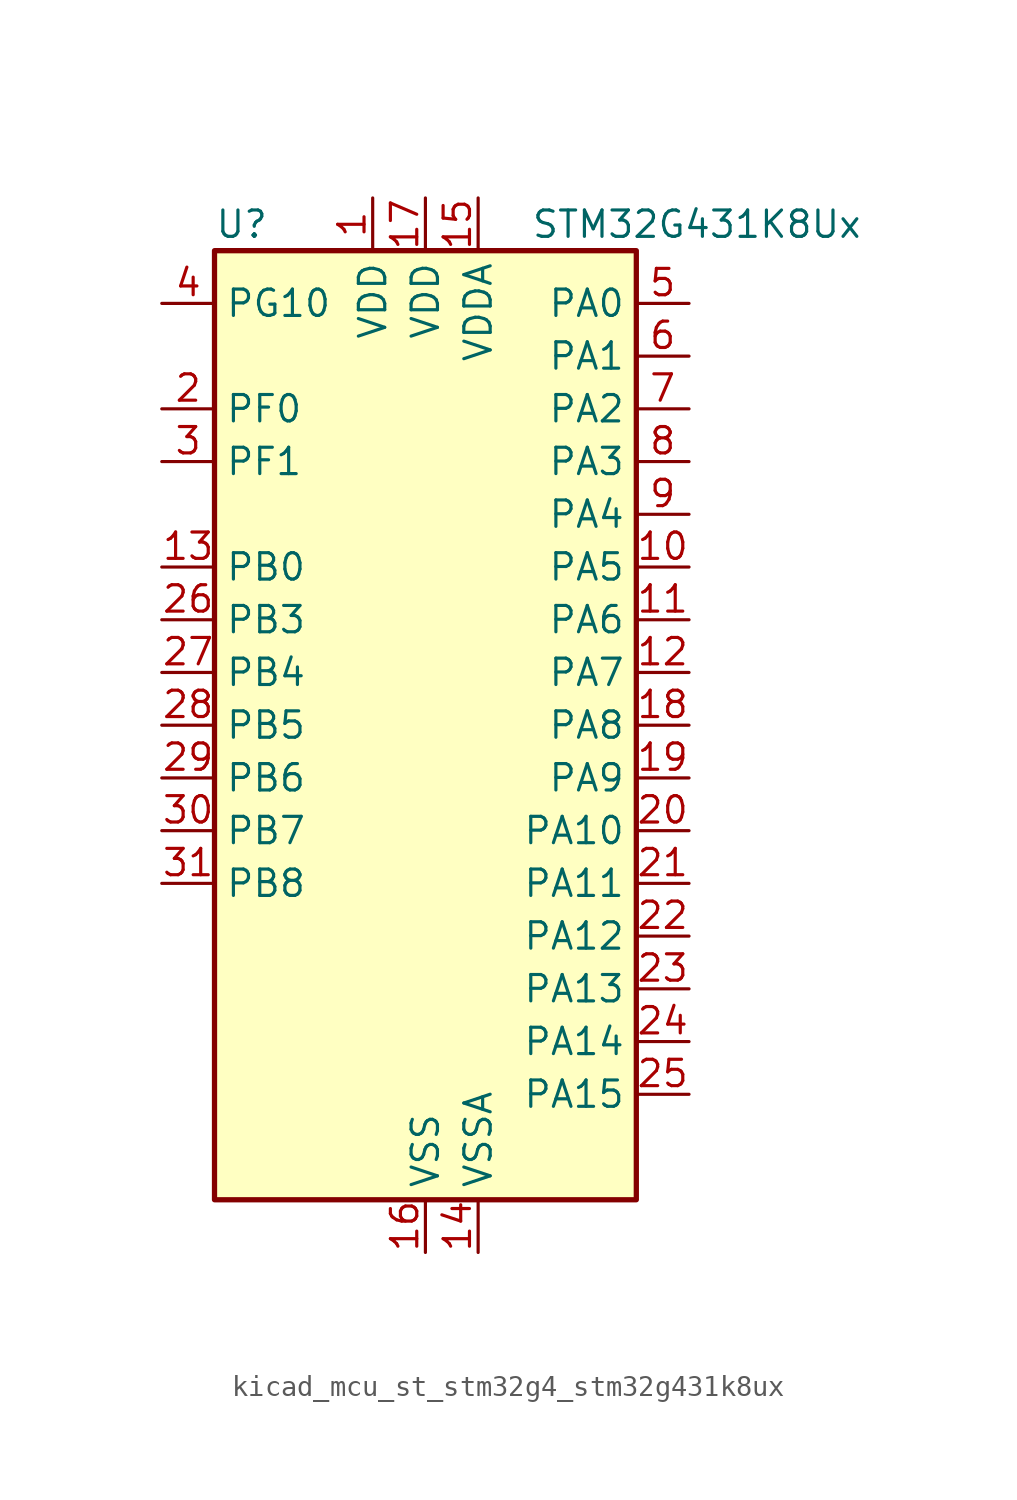
<source format=kicad_sym>
(kicad_symbol_lib
  (version 20220914)
  (generator kicad_symbol_editor)
  (symbol "kicad_mcu_st_stm32g4_stm32g431k8ux"
    (property "Reference" "U"
      (at -10.16 24.13 0)
      (effects (font (size 1.27 1.27)) (justify left)))
    (property "Value" "STM32G431K8Ux"
      (at 5.08 24.13 0)
      (effects (font (size 1.27 1.27)) (justify left)))
    (property "ki_locked" ""
      (at 0 0 0)
      (effects (font (size 1.27 1.27))))
    (symbol "kicad_mcu_st_stm32g4_stm32g431k8ux_0_1"
      (rectangle (start -10.16 -22.86) (end 10.16 22.86) (stroke (width 0.254) (type default)) (fill (type background))))
    (symbol "kicad_mcu_st_stm32g4_stm32g431k8ux_1_1"
      (pin power_in line (at -2.54 25.4 270) (length 2.54) (name "VDD" (effects (font (size 1.27 1.27)))) (number "1" (effects (font (size 1.27 1.27)))))
      (pin bidirectional line (at 12.7 7.62 180) (length 2.54) (name "PA5" (effects (font (size 1.27 1.27)))) (number "10" (effects (font (size 1.27 1.27)))) (alternate "ADC2_IN13" bidirectional line) (alternate "COMP2_INM" bidirectional line) (alternate "DAC1_OUT2" bidirectional line) (alternate "OPAMP2_VINM" bidirectional line) (alternate "OPAMP2_VINM0" bidirectional line) (alternate "OPAMP2_VINM_SEC" bidirectional line) (alternate "SPI1_SCK" bidirectional line) (alternate "TIM2_CH1" bidirectional line) (alternate "TIM2_ETR" bidirectional line) (alternate "UCPD1_FRSTX1" bidirectional line) (alternate "UCPD1_FRSTX2" bidirectional line))
      (pin bidirectional line (at 12.7 5.08 180) (length 2.54) (name "PA6" (effects (font (size 1.27 1.27)))) (number "11" (effects (font (size 1.27 1.27)))) (alternate "ADC2_IN3" bidirectional line) (alternate "COMP1_OUT" bidirectional line) (alternate "LPUART1_CTS" bidirectional line) (alternate "OPAMP2_VOUT" bidirectional line) (alternate "SPI1_MISO" bidirectional line) (alternate "TIM16_CH1" bidirectional line) (alternate "TIM1_BKIN" bidirectional line) (alternate "TIM3_CH1" bidirectional line) (alternate "TIM8_BKIN" bidirectional line))
      (pin bidirectional line (at 12.7 2.54 180) (length 2.54) (name "PA7" (effects (font (size 1.27 1.27)))) (number "12" (effects (font (size 1.27 1.27)))) (alternate "ADC2_IN4" bidirectional line) (alternate "COMP2_INP" bidirectional line) (alternate "COMP2_OUT" bidirectional line) (alternate "OPAMP1_VINP" bidirectional line) (alternate "OPAMP1_VINP_SEC" bidirectional line) (alternate "OPAMP2_VINP" bidirectional line) (alternate "OPAMP2_VINP_SEC" bidirectional line) (alternate "SPI1_MOSI" bidirectional line) (alternate "TIM17_CH1" bidirectional line) (alternate "TIM1_CH1N" bidirectional line) (alternate "TIM3_CH2" bidirectional line) (alternate "TIM8_CH1N" bidirectional line) (alternate "UCPD1_FRSTX1" bidirectional line) (alternate "UCPD1_FRSTX2" bidirectional line))
      (pin bidirectional line (at -12.7 7.62 0) (length 2.54) (name "PB0" (effects (font (size 1.27 1.27)))) (number "13" (effects (font (size 1.27 1.27)))) (alternate "ADC1_IN15" bidirectional line) (alternate "COMP4_INP" bidirectional line) (alternate "OPAMP2_VINP" bidirectional line) (alternate "OPAMP2_VINP_SEC" bidirectional line) (alternate "OPAMP3_VINP" bidirectional line) (alternate "OPAMP3_VINP_SEC" bidirectional line) (alternate "TIM1_CH2N" bidirectional line) (alternate "TIM3_CH3" bidirectional line) (alternate "TIM8_CH2N" bidirectional line) (alternate "UCPD1_FRSTX1" bidirectional line) (alternate "UCPD1_FRSTX2" bidirectional line))
      (pin power_in line (at 2.54 -25.4 90) (length 2.54) (name "VSSA" (effects (font (size 1.27 1.27)))) (number "14" (effects (font (size 1.27 1.27)))))
      (pin power_in line (at 2.54 25.4 270) (length 2.54) (name "VDDA" (effects (font (size 1.27 1.27)))) (number "15" (effects (font (size 1.27 1.27)))))
      (pin power_in line (at 0 -25.4 90) (length 2.54) (name "VSS" (effects (font (size 1.27 1.27)))) (number "16" (effects (font (size 1.27 1.27)))))
      (pin power_in line (at 0 25.4 270) (length 2.54) (name "VDD" (effects (font (size 1.27 1.27)))) (number "17" (effects (font (size 1.27 1.27)))))
      (pin bidirectional line (at 12.7 0 180) (length 2.54) (name "PA8" (effects (font (size 1.27 1.27)))) (number "18" (effects (font (size 1.27 1.27)))) (alternate "I2C2_SDA" bidirectional line) (alternate "I2C3_SCL" bidirectional line) (alternate "I2S2_MCK" bidirectional line) (alternate "RCC_MCO" bidirectional line) (alternate "SAI1_CK2" bidirectional line) (alternate "SAI1_SCK_A" bidirectional line) (alternate "TIM1_CH1" bidirectional line) (alternate "TIM4_ETR" bidirectional line) (alternate "USART1_CK" bidirectional line))
      (pin bidirectional line (at 12.7 -2.54 180) (length 2.54) (name "PA9" (effects (font (size 1.27 1.27)))) (number "19" (effects (font (size 1.27 1.27)))) (alternate "DAC1_EXTI9" bidirectional line) (alternate "DAC3_EXTI9" bidirectional line) (alternate "I2C2_SCL" bidirectional line) (alternate "I2C3_SMBA" bidirectional line) (alternate "I2S3_MCK" bidirectional line) (alternate "SAI1_FS_A" bidirectional line) (alternate "TIM15_BKIN" bidirectional line) (alternate "TIM1_CH2" bidirectional line) (alternate "TIM2_CH3" bidirectional line) (alternate "UCPD1_DBCC1" bidirectional line) (alternate "USART1_TX" bidirectional line))
      (pin bidirectional line (at -12.7 15.24 0) (length 2.54) (name "PF0" (effects (font (size 1.27 1.27)))) (number "2" (effects (font (size 1.27 1.27)))) (alternate "ADC1_IN10" bidirectional line) (alternate "I2C2_SDA" bidirectional line) (alternate "I2S2_WS" bidirectional line) (alternate "RCC_OSC_IN" bidirectional line) (alternate "SPI2_NSS" bidirectional line) (alternate "TIM1_CH3N" bidirectional line))
      (pin bidirectional line (at 12.7 -5.08 180) (length 2.54) (name "PA10" (effects (font (size 1.27 1.27)))) (number "20" (effects (font (size 1.27 1.27)))) (alternate "CRS_SYNC" bidirectional line) (alternate "DAC1_EXTI10" bidirectional line) (alternate "DAC3_EXTI10" bidirectional line) (alternate "I2C2_SMBA" bidirectional line) (alternate "SAI1_D1" bidirectional line) (alternate "SAI1_SD_A" bidirectional line) (alternate "SPI2_MISO" bidirectional line) (alternate "TIM17_BKIN" bidirectional line) (alternate "TIM1_CH3" bidirectional line) (alternate "TIM2_CH4" bidirectional line) (alternate "TIM8_BKIN" bidirectional line) (alternate "UCPD1_DBCC2" bidirectional line) (alternate "USART1_RX" bidirectional line))
      (pin bidirectional line (at 12.7 -7.62 180) (length 2.54) (name "PA11" (effects (font (size 1.27 1.27)))) (number "21" (effects (font (size 1.27 1.27)))) (alternate "ADC1_EXTI11" bidirectional line) (alternate "ADC2_EXTI11" bidirectional line) (alternate "COMP1_OUT" bidirectional line) (alternate "FDCAN1_RX" bidirectional line) (alternate "I2S2_SD" bidirectional line) (alternate "SPI2_MOSI" bidirectional line) (alternate "TIM1_BKIN2" bidirectional line) (alternate "TIM1_CH1N" bidirectional line) (alternate "TIM1_CH4" bidirectional line) (alternate "TIM4_CH1" bidirectional line) (alternate "USART1_CTS" bidirectional line) (alternate "USART1_NSS" bidirectional line) (alternate "USB_DM" bidirectional line))
      (pin bidirectional line (at 12.7 -10.16 180) (length 2.54) (name "PA12" (effects (font (size 1.27 1.27)))) (number "22" (effects (font (size 1.27 1.27)))) (alternate "COMP2_OUT" bidirectional line) (alternate "FDCAN1_TX" bidirectional line) (alternate "I2S_CKIN" bidirectional line) (alternate "TIM16_CH1" bidirectional line) (alternate "TIM1_CH2N" bidirectional line) (alternate "TIM1_ETR" bidirectional line) (alternate "TIM4_CH2" bidirectional line) (alternate "USART1_DE" bidirectional line) (alternate "USART1_RTS" bidirectional line) (alternate "USB_DP" bidirectional line))
      (pin bidirectional line (at 12.7 -12.7 180) (length 2.54) (name "PA13" (effects (font (size 1.27 1.27)))) (number "23" (effects (font (size 1.27 1.27)))) (alternate "I2C1_SCL" bidirectional line) (alternate "IR_OUT" bidirectional line) (alternate "SAI1_SD_B" bidirectional line) (alternate "SYS_JTMS-SWDIO" bidirectional line) (alternate "TIM16_CH1N" bidirectional line) (alternate "TIM4_CH3" bidirectional line))
      (pin bidirectional line (at 12.7 -15.24 180) (length 2.54) (name "PA14" (effects (font (size 1.27 1.27)))) (number "24" (effects (font (size 1.27 1.27)))) (alternate "I2C1_SDA" bidirectional line) (alternate "LPTIM1_OUT" bidirectional line) (alternate "SAI1_FS_B" bidirectional line) (alternate "SYS_JTCK-SWCLK" bidirectional line) (alternate "TIM1_BKIN" bidirectional line) (alternate "TIM8_CH2" bidirectional line) (alternate "USART2_TX" bidirectional line))
      (pin bidirectional line (at 12.7 -17.78 180) (length 2.54) (name "PA15" (effects (font (size 1.27 1.27)))) (number "25" (effects (font (size 1.27 1.27)))) (alternate "ADC1_EXTI15" bidirectional line) (alternate "ADC2_EXTI15" bidirectional line) (alternate "I2C1_SCL" bidirectional line) (alternate "I2S3_WS" bidirectional line) (alternate "SPI1_NSS" bidirectional line) (alternate "SPI3_NSS" bidirectional line) (alternate "SYS_JTDI" bidirectional line) (alternate "TIM1_BKIN" bidirectional line) (alternate "TIM2_CH1" bidirectional line) (alternate "TIM2_ETR" bidirectional line) (alternate "TIM8_CH1" bidirectional line) (alternate "USART2_RX" bidirectional line))
      (pin bidirectional line (at -12.7 5.08 0) (length 2.54) (name "PB3" (effects (font (size 1.27 1.27)))) (number "26" (effects (font (size 1.27 1.27)))) (alternate "CRS_SYNC" bidirectional line) (alternate "I2S3_CK" bidirectional line) (alternate "SAI1_SCK_B" bidirectional line) (alternate "SPI1_SCK" bidirectional line) (alternate "SPI3_SCK" bidirectional line) (alternate "SYS_JTDO-SWO" bidirectional line) (alternate "TIM2_CH2" bidirectional line) (alternate "TIM3_ETR" bidirectional line) (alternate "TIM4_ETR" bidirectional line) (alternate "TIM8_CH1N" bidirectional line) (alternate "USART2_TX" bidirectional line))
      (pin bidirectional line (at -12.7 2.54 0) (length 2.54) (name "PB4" (effects (font (size 1.27 1.27)))) (number "27" (effects (font (size 1.27 1.27)))) (alternate "SAI1_MCLK_B" bidirectional line) (alternate "SPI1_MISO" bidirectional line) (alternate "SPI3_MISO" bidirectional line) (alternate "SYS_JTRST" bidirectional line) (alternate "TIM16_CH1" bidirectional line) (alternate "TIM17_BKIN" bidirectional line) (alternate "TIM3_CH1" bidirectional line) (alternate "TIM8_CH2N" bidirectional line) (alternate "UCPD1_CC2" bidirectional line) (alternate "USART2_RX" bidirectional line))
      (pin bidirectional line (at -12.7 0 0) (length 2.54) (name "PB5" (effects (font (size 1.27 1.27)))) (number "28" (effects (font (size 1.27 1.27)))) (alternate "I2C1_SMBA" bidirectional line) (alternate "I2C3_SDA" bidirectional line) (alternate "I2S3_SD" bidirectional line) (alternate "LPTIM1_IN1" bidirectional line) (alternate "SAI1_SD_B" bidirectional line) (alternate "SPI1_MOSI" bidirectional line) (alternate "SPI3_MOSI" bidirectional line) (alternate "TIM16_BKIN" bidirectional line) (alternate "TIM17_CH1" bidirectional line) (alternate "TIM3_CH2" bidirectional line) (alternate "TIM8_CH3N" bidirectional line) (alternate "USART2_CK" bidirectional line))
      (pin bidirectional line (at -12.7 -2.54 0) (length 2.54) (name "PB6" (effects (font (size 1.27 1.27)))) (number "29" (effects (font (size 1.27 1.27)))) (alternate "COMP4_OUT" bidirectional line) (alternate "LPTIM1_ETR" bidirectional line) (alternate "SAI1_FS_B" bidirectional line) (alternate "TIM16_CH1N" bidirectional line) (alternate "TIM4_CH1" bidirectional line) (alternate "TIM8_BKIN2" bidirectional line) (alternate "TIM8_CH1" bidirectional line) (alternate "TIM8_ETR" bidirectional line) (alternate "UCPD1_CC1" bidirectional line) (alternate "USART1_TX" bidirectional line))
      (pin bidirectional line (at -12.7 12.7 0) (length 2.54) (name "PF1" (effects (font (size 1.27 1.27)))) (number "3" (effects (font (size 1.27 1.27)))) (alternate "ADC2_IN10" bidirectional line) (alternate "COMP3_INM" bidirectional line) (alternate "I2S2_CK" bidirectional line) (alternate "RCC_OSC_OUT" bidirectional line) (alternate "SPI2_SCK" bidirectional line))
      (pin bidirectional line (at -12.7 -5.08 0) (length 2.54) (name "PB7" (effects (font (size 1.27 1.27)))) (number "30" (effects (font (size 1.27 1.27)))) (alternate "COMP3_OUT" bidirectional line) (alternate "I2C1_SDA" bidirectional line) (alternate "LPTIM1_IN2" bidirectional line) (alternate "SYS_PVD_IN" bidirectional line) (alternate "TIM17_CH1N" bidirectional line) (alternate "TIM3_CH4" bidirectional line) (alternate "TIM4_CH2" bidirectional line) (alternate "TIM8_BKIN" bidirectional line) (alternate "USART1_RX" bidirectional line))
      (pin bidirectional line (at -12.7 -7.62 0) (length 2.54) (name "PB8" (effects (font (size 1.27 1.27)))) (number "31" (effects (font (size 1.27 1.27)))) (alternate "COMP1_OUT" bidirectional line) (alternate "FDCAN1_RX" bidirectional line) (alternate "I2C1_SCL" bidirectional line) (alternate "SAI1_CK1" bidirectional line) (alternate "SAI1_MCLK_A" bidirectional line) (alternate "TIM16_CH1" bidirectional line) (alternate "TIM1_BKIN" bidirectional line) (alternate "TIM4_CH3" bidirectional line) (alternate "TIM8_CH2" bidirectional line))
      (pin passive line (at 0 -25.4 90) (length 2.54) hide (name "VSS" (effects (font (size 1.27 1.27)))) (number "32" (effects (font (size 1.27 1.27)))))
      (pin passive line (at 0 -25.4 90) (length 2.54) hide (name "VSS" (effects (font (size 1.27 1.27)))) (number "33" (effects (font (size 1.27 1.27)))))
      (pin bidirectional line (at -12.7 20.32 0) (length 2.54) (name "PG10" (effects (font (size 1.27 1.27)))) (number "4" (effects (font (size 1.27 1.27)))) (alternate "DAC1_EXTI10" bidirectional line) (alternate "DAC3_EXTI10" bidirectional line) (alternate "RCC_MCO" bidirectional line))
      (pin bidirectional line (at 12.7 20.32 180) (length 2.54) (name "PA0" (effects (font (size 1.27 1.27)))) (number "5" (effects (font (size 1.27 1.27)))) (alternate "ADC1_IN1" bidirectional line) (alternate "ADC2_IN1" bidirectional line) (alternate "COMP1_INM" bidirectional line) (alternate "COMP1_OUT" bidirectional line) (alternate "COMP3_INP" bidirectional line) (alternate "RTC_TAMP2" bidirectional line) (alternate "SYS_WKUP1" bidirectional line) (alternate "TIM2_CH1" bidirectional line) (alternate "TIM2_ETR" bidirectional line) (alternate "TIM8_BKIN" bidirectional line) (alternate "TIM8_ETR" bidirectional line) (alternate "USART2_CTS" bidirectional line) (alternate "USART2_NSS" bidirectional line))
      (pin bidirectional line (at 12.7 17.78 180) (length 2.54) (name "PA1" (effects (font (size 1.27 1.27)))) (number "6" (effects (font (size 1.27 1.27)))) (alternate "ADC1_IN2" bidirectional line) (alternate "ADC2_IN2" bidirectional line) (alternate "COMP1_INP" bidirectional line) (alternate "OPAMP1_VINP" bidirectional line) (alternate "OPAMP1_VINP_SEC" bidirectional line) (alternate "OPAMP3_VINP" bidirectional line) (alternate "OPAMP3_VINP_SEC" bidirectional line) (alternate "RTC_REFIN" bidirectional line) (alternate "TIM15_CH1N" bidirectional line) (alternate "TIM2_CH2" bidirectional line) (alternate "USART2_DE" bidirectional line) (alternate "USART2_RTS" bidirectional line))
      (pin bidirectional line (at 12.7 15.24 180) (length 2.54) (name "PA2" (effects (font (size 1.27 1.27)))) (number "7" (effects (font (size 1.27 1.27)))) (alternate "ADC1_IN3" bidirectional line) (alternate "COMP2_INM" bidirectional line) (alternate "COMP2_OUT" bidirectional line) (alternate "LPUART1_TX" bidirectional line) (alternate "OPAMP1_VOUT" bidirectional line) (alternate "RCC_LSCO" bidirectional line) (alternate "SYS_WKUP4" bidirectional line) (alternate "TIM15_CH1" bidirectional line) (alternate "TIM2_CH3" bidirectional line) (alternate "UCPD1_FRSTX1" bidirectional line) (alternate "UCPD1_FRSTX2" bidirectional line) (alternate "USART2_TX" bidirectional line))
      (pin bidirectional line (at 12.7 12.7 180) (length 2.54) (name "PA3" (effects (font (size 1.27 1.27)))) (number "8" (effects (font (size 1.27 1.27)))) (alternate "ADC1_IN4" bidirectional line) (alternate "COMP2_INP" bidirectional line) (alternate "LPUART1_RX" bidirectional line) (alternate "OPAMP1_VINM" bidirectional line) (alternate "OPAMP1_VINM0" bidirectional line) (alternate "OPAMP1_VINM_SEC" bidirectional line) (alternate "OPAMP1_VINP" bidirectional line) (alternate "OPAMP1_VINP_SEC" bidirectional line) (alternate "SAI1_CK1" bidirectional line) (alternate "SAI1_MCLK_A" bidirectional line) (alternate "TIM15_CH2" bidirectional line) (alternate "TIM2_CH4" bidirectional line) (alternate "USART2_RX" bidirectional line))
      (pin bidirectional line (at 12.7 10.16 180) (length 2.54) (name "PA4" (effects (font (size 1.27 1.27)))) (number "9" (effects (font (size 1.27 1.27)))) (alternate "ADC2_IN17" bidirectional line) (alternate "COMP1_INM" bidirectional line) (alternate "DAC1_OUT1" bidirectional line) (alternate "I2S3_WS" bidirectional line) (alternate "SAI1_FS_B" bidirectional line) (alternate "SPI1_NSS" bidirectional line) (alternate "SPI3_NSS" bidirectional line) (alternate "TIM3_CH2" bidirectional line) (alternate "USART2_CK" bidirectional line)))))
</source>
